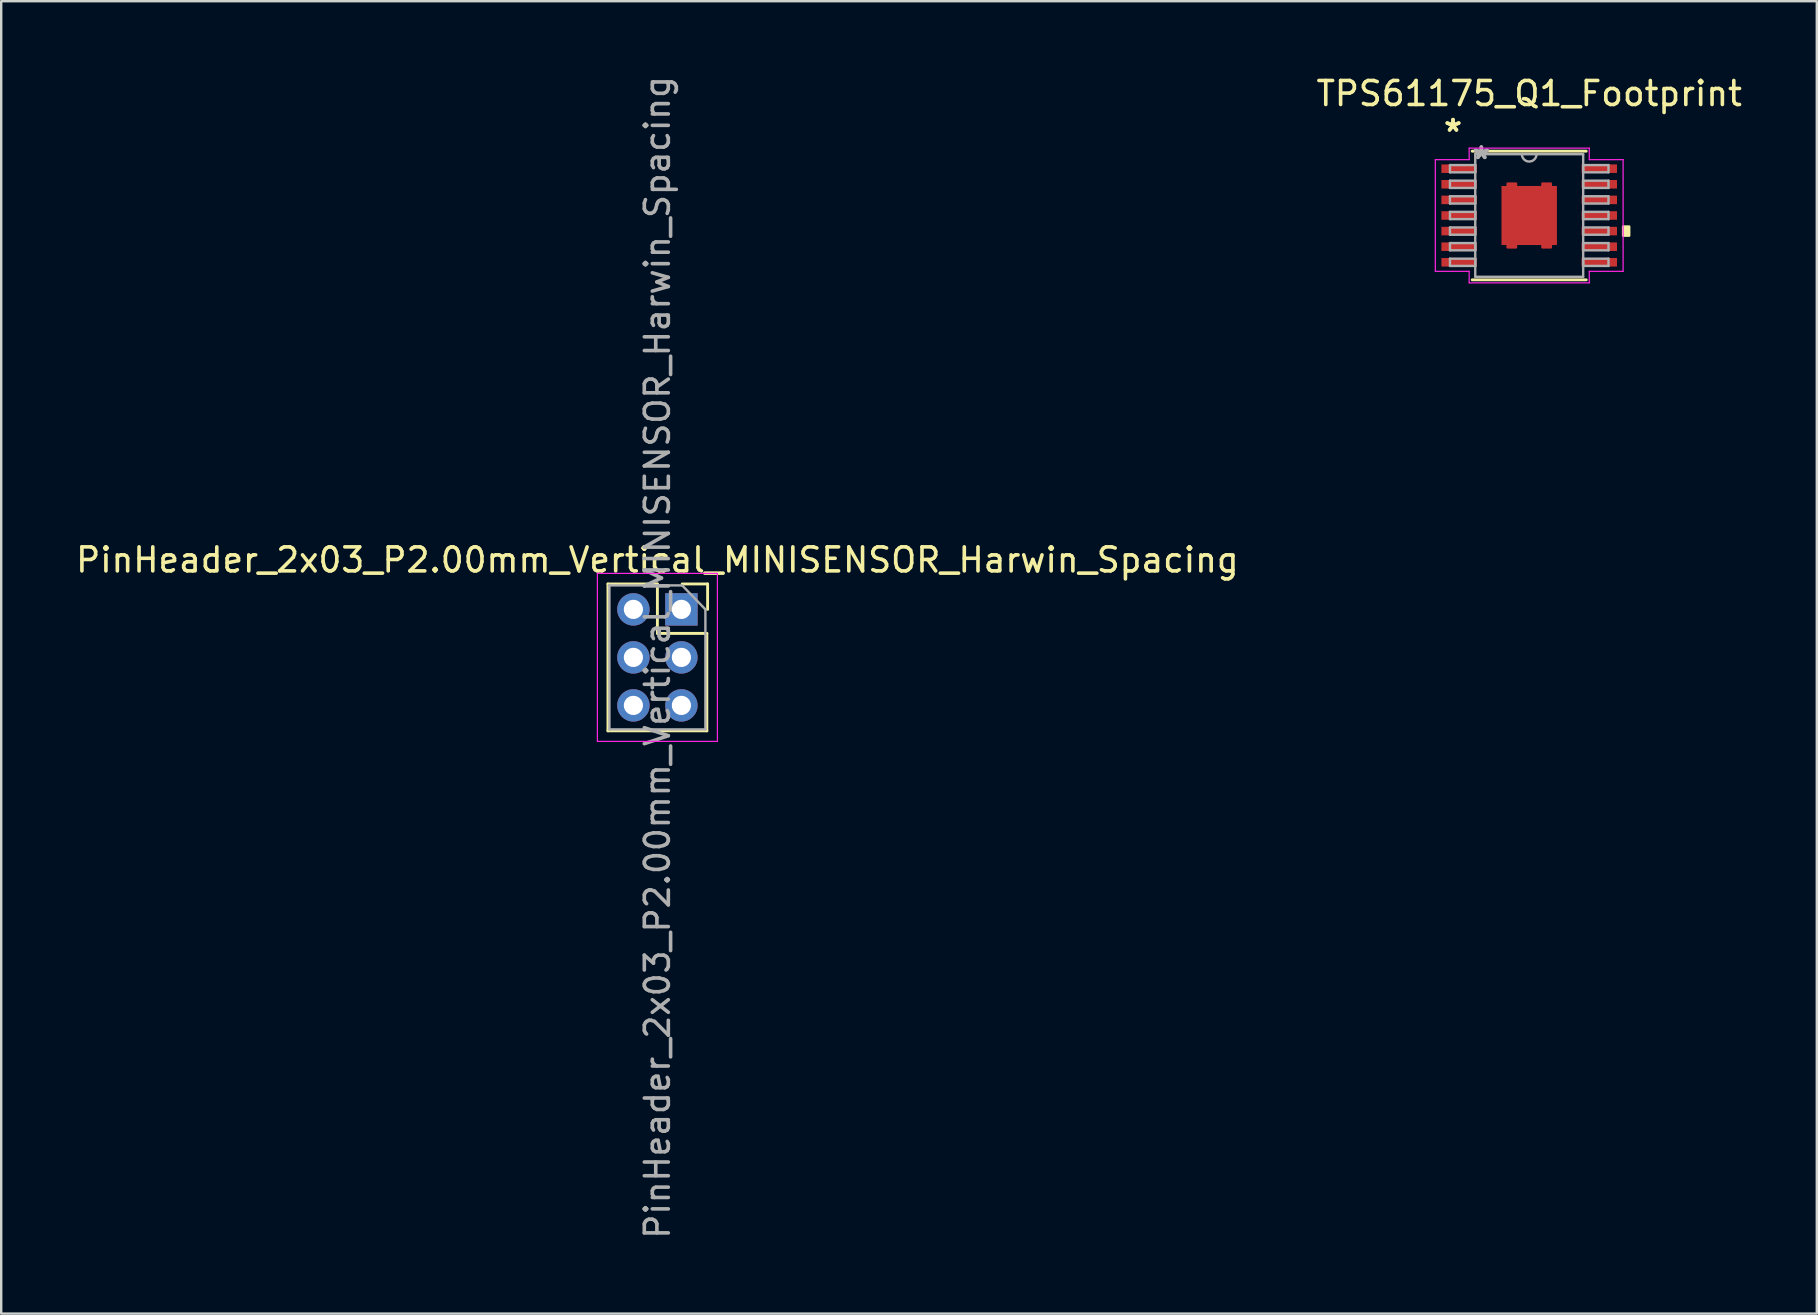
<source format=kicad_pcb>
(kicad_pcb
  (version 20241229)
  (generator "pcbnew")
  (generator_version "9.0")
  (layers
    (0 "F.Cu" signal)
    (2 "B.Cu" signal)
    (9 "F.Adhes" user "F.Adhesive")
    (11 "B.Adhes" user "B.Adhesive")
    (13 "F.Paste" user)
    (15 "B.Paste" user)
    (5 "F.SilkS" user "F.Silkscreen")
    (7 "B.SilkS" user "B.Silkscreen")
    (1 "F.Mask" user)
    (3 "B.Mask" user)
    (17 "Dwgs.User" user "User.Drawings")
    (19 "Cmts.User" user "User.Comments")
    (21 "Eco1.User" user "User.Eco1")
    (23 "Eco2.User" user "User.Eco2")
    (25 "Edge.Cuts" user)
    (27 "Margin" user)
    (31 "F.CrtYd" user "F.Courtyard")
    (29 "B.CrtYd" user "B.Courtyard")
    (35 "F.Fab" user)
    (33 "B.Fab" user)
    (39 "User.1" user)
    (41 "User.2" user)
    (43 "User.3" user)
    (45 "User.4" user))
  (footprint "PinHeader_2x03_P2.00mm_Vertical_MINISENSOR_Harwin_Spacing"
    (layer "F.Cu")
    (at 24.355 24.371)
    (property "Reference" "PinHeader_2x03_P2.00mm_Vertical_MINISENSOR_Harwin_Spacing" (at -0.016 -4.092 0) (layer "F.SilkS") (effects (font (size 1 1) (thickness 0.15))))
    (attr through_hole)
    (fp_line (start -2.076 -3.092) (end -2.076 3.028) (stroke (width 0.12) (type solid)) (layer "F.SilkS"))
    (fp_line (start -2.076 -3.092) (end -0.016 -3.092) (stroke (width 0.12) (type solid)) (layer "F.SilkS"))
    (fp_line (start -2.076 3.028) (end 2.044 3.028) (stroke (width 0.12) (type solid)) (layer "F.SilkS"))
    (fp_line (start -0.016 -1.032) (end -0.016 -3.092) (stroke (width 0.12) (type solid)) (layer "F.SilkS"))
    (fp_line (start -0.016 -1.032) (end 2.044 -1.032) (stroke (width 0.12) (type solid)) (layer "F.SilkS"))
    (fp_line (start 1.016 -3.092) (end 2.076 -3.092) (stroke (width 0.12) (type solid)) (layer "F.SilkS"))
    (fp_line (start 2.044 -1.032) (end 2.044 3.028) (stroke (width 0.12) (type solid)) (layer "F.SilkS"))
    (fp_line (start 2.076 -3.092) (end 2.076 -2.032) (stroke (width 0.12) (type solid)) (layer "F.SilkS"))
    (fp_line (start -2.516 -3.532) (end -2.516 3.468) (stroke (width 0.05) (type solid)) (layer "F.CrtYd"))
    (fp_line (start -2.516 3.468) (end 2.484 3.468) (stroke (width 0.05) (type solid)) (layer "F.CrtYd"))
    (fp_line (start 2.484 -3.532) (end -2.516 -3.532) (stroke (width 0.05) (type solid)) (layer "F.CrtYd"))
    (fp_line (start 2.484 3.468) (end 2.484 -3.532) (stroke (width 0.05) (type solid)) (layer "F.CrtYd"))
    (fp_line (start -2.032 -3.032) (end 1.016 -3.032) (stroke (width 0.1) (type solid)) (layer "F.Fab"))
    (fp_line (start -2.016 2.968) (end -2.016 -3.048) (stroke (width 0.1) (type solid)) (layer "F.Fab"))
    (fp_line (start 1.984 -2.032) (end 1.016 -3.032) (stroke (width 0.1) (type solid)) (layer "F.Fab"))
    (fp_line (start 1.984 -2.032) (end 1.984 2.968) (stroke (width 0.1) (type solid)) (layer "F.Fab"))
    (fp_line (start 1.984 2.968) (end -2.016 2.968) (stroke (width 0.1) (type solid)) (layer "F.Fab"))
    (fp_text user "${REFERENCE}" (at -0.016 -0.032 90) (layer "F.Fab") (effects (font (size 1 1) (thickness 0.15))))
    (pad "1" thru_hole rect (at 0.984 -2.032) (size 1.35 1.35) (drill 0.8) (layers "*.Cu" "*.Mask"))
    (pad "2" thru_hole oval (at 0.984 -0.032) (size 1.35 1.35) (drill 0.8) (layers "*.Cu" "*.Mask"))
    (pad "3" thru_hole oval (at 0.984 1.968) (size 1.35 1.35) (drill 0.8) (layers "*.Cu" "*.Mask"))
    (pad "4" thru_hole oval (at -1.016 -2.032) (size 1.35 1.35) (drill 0.8) (layers "*.Cu" "*.Mask"))
    (pad "5" thru_hole oval (at -1.016 -0.032) (size 1.35 1.35) (drill 0.8) (layers "*.Cu" "*.Mask"))
    (pad "6" thru_hole oval (at -1.016 1.968) (size 1.35 1.35) (drill 0.8) (layers "*.Cu" "*.Mask")))
  (footprint "TPS61175_Q1_Footprint"
    (layer "F.Cu")
    (at 60.661 5.928)
    (property "Reference" "TPS61175_Q1_Footprint" (at 0 -5.08 0) (layer "F.SilkS") (effects (font (size 1 1) (thickness 0.15))))
    (attr through_hole)
    (fp_poly (pts (xy -0.55 -1.23) (xy -0.55 -1.33) (xy -0.9 -1.33) (xy -0.9 -1.23)) (stroke (width 0.1) (type solid)) (fill yes) (layer "F.Cu"))
    (fp_poly (pts (xy -0.55 1.23) (xy -0.55 1.33) (xy -0.9 1.33) (xy -0.9 1.23)) (stroke (width 0.1) (type solid)) (fill yes) (layer "F.Cu"))
    (fp_poly (pts (xy 0.55 -1.23) (xy 0.55 -1.33) (xy 0.9 -1.33) (xy 0.9 -1.23)) (stroke (width 0.1) (type solid)) (fill yes) (layer "F.Cu"))
    (fp_poly (pts (xy 0.55 1.23) (xy 0.55 1.33) (xy 0.9 1.33) (xy 0.9 1.23)) (stroke (width 0.1) (type solid)) (fill yes) (layer "F.Cu"))
    (fp_poly (pts (xy -0.55 -1.23) (xy -0.55 -1.33) (xy -0.9 -1.33) (xy -0.9 -1.23)) (stroke (width 0.1) (type solid)) (fill yes) (layer "F.Mask"))
    (fp_poly (pts (xy -0.55 1.23) (xy -0.55 1.33) (xy -0.9 1.33) (xy -0.9 1.23)) (stroke (width 0.1) (type solid)) (fill yes) (layer "F.Mask"))
    (fp_poly (pts (xy 0.55 -1.23) (xy 0.55 -1.33) (xy 0.9 -1.33) (xy 0.9 -1.23)) (stroke (width 0.1) (type solid)) (fill yes) (layer "F.Mask"))
    (fp_poly (pts (xy 0.55 1.23) (xy 0.55 1.33) (xy 0.9 1.33) (xy 0.9 1.23)) (stroke (width 0.1) (type solid)) (fill yes) (layer "F.Mask"))
    (fp_line (start -2.375 2.68) (end 2.375 2.68) (stroke (width 0.12) (type solid)) (layer "F.SilkS"))
    (fp_line (start 2.375 -2.68) (end -2.375 -2.68) (stroke (width 0.12) (type solid)) (layer "F.SilkS"))
    (fp_poly (pts (xy 4.166 0.46) (xy 4.166 0.841) (xy 3.912 0.841) (xy 3.912 0.46)) (stroke (width 0.1) (type solid)) (fill yes) (layer "F.SilkS"))
    (fp_line (start -3.912 -2.326) (end -2.502 -2.326) (stroke (width 0.05) (type solid)) (layer "F.CrtYd"))
    (fp_line (start -3.912 2.326) (end -3.912 -2.326) (stroke (width 0.05) (type solid)) (layer "F.CrtYd"))
    (fp_line (start -2.502 -2.807) (end 2.502 -2.807) (stroke (width 0.05) (type solid)) (layer "F.CrtYd"))
    (fp_line (start -2.502 -2.326) (end -2.502 -2.807) (stroke (width 0.05) (type solid)) (layer "F.CrtYd"))
    (fp_line (start -2.502 2.326) (end -3.912 2.326) (stroke (width 0.05) (type solid)) (layer "F.CrtYd"))
    (fp_line (start -2.502 2.807) (end -2.502 2.326) (stroke (width 0.05) (type solid)) (layer "F.CrtYd"))
    (fp_line (start 2.502 -2.807) (end 2.502 -2.326) (stroke (width 0.05) (type solid)) (layer "F.CrtYd"))
    (fp_line (start 2.502 -2.326) (end 3.912 -2.326) (stroke (width 0.05) (type solid)) (layer "F.CrtYd"))
    (fp_line (start 2.502 2.326) (end 2.502 2.807) (stroke (width 0.05) (type solid)) (layer "F.CrtYd"))
    (fp_line (start 2.502 2.807) (end -2.502 2.807) (stroke (width 0.05) (type solid)) (layer "F.CrtYd"))
    (fp_line (start 3.912 -2.326) (end 3.912 2.326) (stroke (width 0.05) (type solid)) (layer "F.CrtYd"))
    (fp_line (start 3.912 2.326) (end 2.502 2.326) (stroke (width 0.05) (type solid)) (layer "F.CrtYd"))
    (fp_line (start -3.302 -2.102) (end -3.302 -1.798) (stroke (width 0.1) (type solid)) (layer "F.Fab"))
    (fp_line (start -3.302 -1.798) (end -2.248 -1.798) (stroke (width 0.1) (type solid)) (layer "F.Fab"))
    (fp_line (start -3.302 -1.452) (end -3.302 -1.148) (stroke (width 0.1) (type solid)) (layer "F.Fab"))
    (fp_line (start -3.302 -1.148) (end -2.248 -1.148) (stroke (width 0.1) (type solid)) (layer "F.Fab"))
    (fp_line (start -3.302 -0.802) (end -3.302 -0.498) (stroke (width 0.1) (type solid)) (layer "F.Fab"))
    (fp_line (start -3.302 -0.498) (end -2.248 -0.498) (stroke (width 0.1) (type solid)) (layer "F.Fab"))
    (fp_line (start -3.302 -0.152) (end -3.302 0.152) (stroke (width 0.1) (type solid)) (layer "F.Fab"))
    (fp_line (start -3.302 0.152) (end -2.248 0.152) (stroke (width 0.1) (type solid)) (layer "F.Fab"))
    (fp_line (start -3.302 0.498) (end -3.302 0.802) (stroke (width 0.1) (type solid)) (layer "F.Fab"))
    (fp_line (start -3.302 0.802) (end -2.248 0.802) (stroke (width 0.1) (type solid)) (layer "F.Fab"))
    (fp_line (start -3.302 1.148) (end -3.302 1.452) (stroke (width 0.1) (type solid)) (layer "F.Fab"))
    (fp_line (start -3.302 1.452) (end -2.248 1.452) (stroke (width 0.1) (type solid)) (layer "F.Fab"))
    (fp_line (start -3.302 1.798) (end -3.302 2.102) (stroke (width 0.1) (type solid)) (layer "F.Fab"))
    (fp_line (start -3.302 2.102) (end -2.248 2.102) (stroke (width 0.1) (type solid)) (layer "F.Fab"))
    (fp_line (start -2.248 -2.553) (end -2.248 2.553) (stroke (width 0.1) (type solid)) (layer "F.Fab"))
    (fp_line (start -2.248 -2.102) (end -3.302 -2.102) (stroke (width 0.1) (type solid)) (layer "F.Fab"))
    (fp_line (start -2.248 -1.798) (end -2.248 -2.102) (stroke (width 0.1) (type solid)) (layer "F.Fab"))
    (fp_line (start -2.248 -1.452) (end -3.302 -1.452) (stroke (width 0.1) (type solid)) (layer "F.Fab"))
    (fp_line (start -2.248 -1.148) (end -2.248 -1.452) (stroke (width 0.1) (type solid)) (layer "F.Fab"))
    (fp_line (start -2.248 -0.802) (end -3.302 -0.802) (stroke (width 0.1) (type solid)) (layer "F.Fab"))
    (fp_line (start -2.248 -0.498) (end -2.248 -0.802) (stroke (width 0.1) (type solid)) (layer "F.Fab"))
    (fp_line (start -2.248 -0.152) (end -3.302 -0.152) (stroke (width 0.1) (type solid)) (layer "F.Fab"))
    (fp_line (start -2.248 0.152) (end -2.248 -0.152) (stroke (width 0.1) (type solid)) (layer "F.Fab"))
    (fp_line (start -2.248 0.498) (end -3.302 0.498) (stroke (width 0.1) (type solid)) (layer "F.Fab"))
    (fp_line (start -2.248 0.802) (end -2.248 0.498) (stroke (width 0.1) (type solid)) (layer "F.Fab"))
    (fp_line (start -2.248 1.148) (end -3.302 1.148) (stroke (width 0.1) (type solid)) (layer "F.Fab"))
    (fp_line (start -2.248 1.452) (end -2.248 1.148) (stroke (width 0.1) (type solid)) (layer "F.Fab"))
    (fp_line (start -2.248 1.798) (end -3.302 1.798) (stroke (width 0.1) (type solid)) (layer "F.Fab"))
    (fp_line (start -2.248 2.102) (end -2.248 1.798) (stroke (width 0.1) (type solid)) (layer "F.Fab"))
    (fp_line (start -2.248 2.553) (end 2.248 2.553) (stroke (width 0.1) (type solid)) (layer "F.Fab"))
    (fp_line (start 2.248 -2.553) (end -2.248 -2.553) (stroke (width 0.1) (type solid)) (layer "F.Fab"))
    (fp_line (start 2.248 -2.102) (end 2.248 -1.798) (stroke (width 0.1) (type solid)) (layer "F.Fab"))
    (fp_line (start 2.248 -1.798) (end 3.302 -1.798) (stroke (width 0.1) (type solid)) (layer "F.Fab"))
    (fp_line (start 2.248 -1.452) (end 2.248 -1.148) (stroke (width 0.1) (type solid)) (layer "F.Fab"))
    (fp_line (start 2.248 -1.148) (end 3.302 -1.148) (stroke (width 0.1) (type solid)) (layer "F.Fab"))
    (fp_line (start 2.248 -0.802) (end 2.248 -0.498) (stroke (width 0.1) (type solid)) (layer "F.Fab"))
    (fp_line (start 2.248 -0.498) (end 3.302 -0.498) (stroke (width 0.1) (type solid)) (layer "F.Fab"))
    (fp_line (start 2.248 -0.152) (end 2.248 0.152) (stroke (width 0.1) (type solid)) (layer "F.Fab"))
    (fp_line (start 2.248 0.152) (end 3.302 0.152) (stroke (width 0.1) (type solid)) (layer "F.Fab"))
    (fp_line (start 2.248 0.498) (end 2.248 0.802) (stroke (width 0.1) (type solid)) (layer "F.Fab"))
    (fp_line (start 2.248 0.802) (end 3.302 0.802) (stroke (width 0.1) (type solid)) (layer "F.Fab"))
    (fp_line (start 2.248 1.148) (end 2.248 1.452) (stroke (width 0.1) (type solid)) (layer "F.Fab"))
    (fp_line (start 2.248 1.452) (end 3.302 1.452) (stroke (width 0.1) (type solid)) (layer "F.Fab"))
    (fp_line (start 2.248 1.798) (end 2.248 2.102) (stroke (width 0.1) (type solid)) (layer "F.Fab"))
    (fp_line (start 2.248 2.102) (end 3.302 2.102) (stroke (width 0.1) (type solid)) (layer "F.Fab"))
    (fp_line (start 2.248 2.553) (end 2.248 -2.553) (stroke (width 0.1) (type solid)) (layer "F.Fab"))
    (fp_line (start 3.302 -2.102) (end 2.248 -2.102) (stroke (width 0.1) (type solid)) (layer "F.Fab"))
    (fp_line (start 3.302 -1.798) (end 3.302 -2.102) (stroke (width 0.1) (type solid)) (layer "F.Fab"))
    (fp_line (start 3.302 -1.452) (end 2.248 -1.452) (stroke (width 0.1) (type solid)) (layer "F.Fab"))
    (fp_line (start 3.302 -1.148) (end 3.302 -1.452) (stroke (width 0.1) (type solid)) (layer "F.Fab"))
    (fp_line (start 3.302 -0.802) (end 2.248 -0.802) (stroke (width 0.1) (type solid)) (layer "F.Fab"))
    (fp_line (start 3.302 -0.498) (end 3.302 -0.802) (stroke (width 0.1) (type solid)) (layer "F.Fab"))
    (fp_line (start 3.302 -0.152) (end 2.248 -0.152) (stroke (width 0.1) (type solid)) (layer "F.Fab"))
    (fp_line (start 3.302 0.152) (end 3.302 -0.152) (stroke (width 0.1) (type solid)) (layer "F.Fab"))
    (fp_line (start 3.302 0.498) (end 2.248 0.498) (stroke (width 0.1) (type solid)) (layer "F.Fab"))
    (fp_line (start 3.302 0.802) (end 3.302 0.498) (stroke (width 0.1) (type solid)) (layer "F.Fab"))
    (fp_line (start 3.302 1.148) (end 2.248 1.148) (stroke (width 0.1) (type solid)) (layer "F.Fab"))
    (fp_line (start 3.302 1.452) (end 3.302 1.148) (stroke (width 0.1) (type solid)) (layer "F.Fab"))
    (fp_line (start 3.302 1.798) (end 2.248 1.798) (stroke (width 0.1) (type solid)) (layer "F.Fab"))
    (fp_line (start 3.302 2.102) (end 3.302 1.798) (stroke (width 0.1) (type solid)) (layer "F.Fab"))
    (fp_arc (start 0.3048 -2.5527) (mid 0 -2.2479) (end -0.3048 -2.5527) (stroke (width 0.1) (type solid)) (layer "F.Fab"))
    (fp_text user "*" (at -3.175 -3.449 0) (layer "F.SilkS") (effects (font (size 1 1) (thickness 0.15))))
    (fp_text user "*" (at -3.175 -3.449 0) (layer "F.SilkS") (effects (font (size 1 1) (thickness 0.15))))
    (fp_text user "Copyright 2021 Accelerated Designs. All rights reserved." (at 0 0 0) (layer "Cmts.User") (effects (font (size 0.127 0.127) (thickness 0.002))))
    (fp_text user "*" (at -1.994 -2.306 0) (layer "F.Fab") (effects (font (size 1 1) (thickness 0.15))))
    (fp_text user "*" (at -1.994 -2.306 0) (layer "F.Fab") (effects (font (size 1 1) (thickness 0.15))))
    (pad "1" smd rect (at -2.921 -1.95) (size 1.473 0.356) (layers "F.Cu" "F.Mask" "F.Paste"))
    (pad "2" smd rect (at -2.921 -1.3) (size 1.473 0.356) (layers "F.Cu" "F.Mask" "F.Paste"))
    (pad "3" smd rect (at -2.921 -0.65) (size 1.473 0.356) (layers "F.Cu" "F.Mask" "F.Paste"))
    (pad "4" smd rect (at -2.921 0) (size 1.473 0.356) (layers "F.Cu" "F.Mask" "F.Paste"))
    (pad "5" smd rect (at -2.921 0.65) (size 1.473 0.356) (layers "F.Cu" "F.Mask" "F.Paste"))
    (pad "6" smd rect (at -2.921 1.3) (size 1.473 0.356) (layers "F.Cu" "F.Mask" "F.Paste"))
    (pad "7" smd rect (at -2.921 1.95) (size 1.473 0.356) (layers "F.Cu" "F.Mask" "F.Paste"))
    (pad "8" smd rect (at 2.921 1.95) (size 1.473 0.356) (layers "F.Cu" "F.Mask" "F.Paste"))
    (pad "9" smd rect (at 2.921 1.3) (size 1.473 0.356) (layers "F.Cu" "F.Mask" "F.Paste"))
    (pad "10" smd rect (at 2.921 0.65) (size 1.473 0.356) (layers "F.Cu" "F.Mask" "F.Paste"))
    (pad "11" smd rect (at 2.921 0) (size 1.473 0.356) (layers "F.Cu" "F.Mask" "F.Paste"))
    (pad "12" smd rect (at 2.921 -0.65) (size 1.473 0.356) (layers "F.Cu" "F.Mask" "F.Paste"))
    (pad "13" smd rect (at 2.921 -1.3) (size 1.473 0.356) (layers "F.Cu" "F.Mask" "F.Paste"))
    (pad "14" smd rect (at 2.921 -1.95) (size 1.473 0.356) (layers "F.Cu" "F.Mask" "F.Paste"))
    (pad "15" smd rect (at 0 0) (size 2.31 2.46) (layers "F.Cu" "F.Mask" "F.Paste")))
  (gr_rect
    (start -3 -3)
    (end 72.643 51.679)
    (stroke (width 0.1) (type default))
    (fill no)
    (layer "Edge.Cuts")))
</source>
